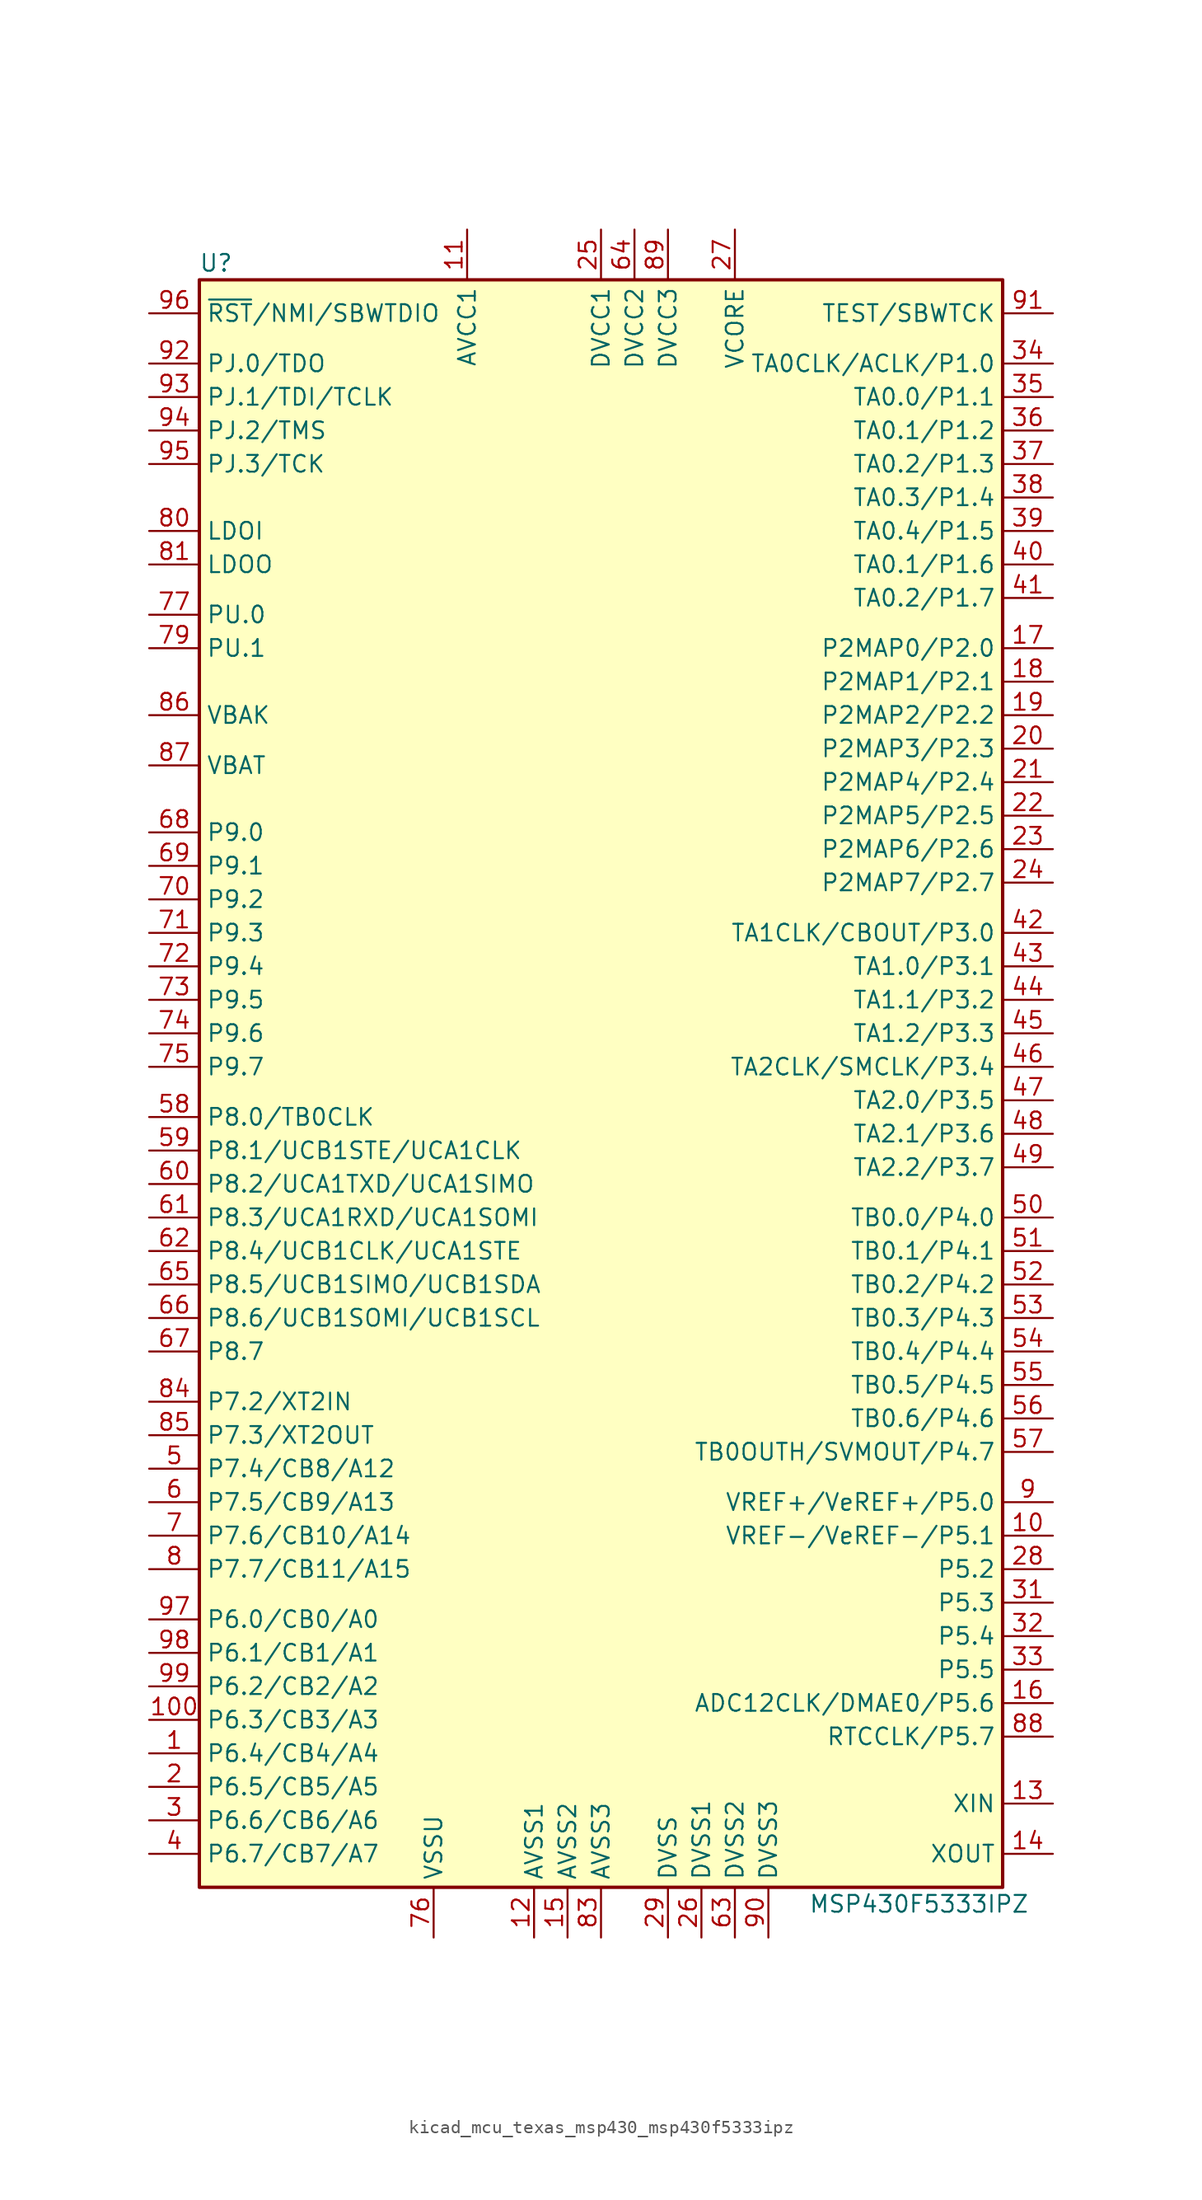
<source format=kicad_sym>
(kicad_symbol_lib
  (version 20220914)
  (generator kicad_symbol_editor)
  (symbol "kicad_mcu_texas_msp430_msp430f5333ipz"
    (property "Reference" "U"
      (at -29.21 60.96 0)
      (effects (font (size 1.27 1.27))))
    (property "Value" "MSP430F5333IPZ"
      (at 24.13 -63.5 0)
      (effects (font (size 1.27 1.27))))
    (symbol "kicad_mcu_texas_msp430_msp430f5333ipz_0_1"
      (rectangle (start -30.48 59.69) (end 30.48 -62.23) (stroke (width 0.254) (type default)) (fill (type background))))
    (symbol "kicad_mcu_texas_msp430_msp430f5333ipz_1_1"
      (pin bidirectional line (at -34.29 -52.07 0) (length 3.81) (name "P6.4/CB4/A4" (effects (font (size 1.27 1.27)))) (number "1" (effects (font (size 1.27 1.27)))))
      (pin bidirectional line (at 34.29 -35.56 180) (length 3.81) (name "VREF-/VeREF-/P5.1" (effects (font (size 1.27 1.27)))) (number "10" (effects (font (size 1.27 1.27)))))
      (pin bidirectional line (at -34.29 -49.53 0) (length 3.81) (name "P6.3/CB3/A3" (effects (font (size 1.27 1.27)))) (number "100" (effects (font (size 1.27 1.27)))))
      (pin power_in line (at -10.16 63.5 270) (length 3.81) (name "AVCC1" (effects (font (size 1.27 1.27)))) (number "11" (effects (font (size 1.27 1.27)))))
      (pin power_in line (at -5.08 -66.04 90) (length 3.81) (name "AVSS1" (effects (font (size 1.27 1.27)))) (number "12" (effects (font (size 1.27 1.27)))))
      (pin bidirectional line (at 34.29 -55.88 180) (length 3.81) (name "XIN" (effects (font (size 1.27 1.27)))) (number "13" (effects (font (size 1.27 1.27)))))
      (pin bidirectional line (at 34.29 -59.69 180) (length 3.81) (name "XOUT" (effects (font (size 1.27 1.27)))) (number "14" (effects (font (size 1.27 1.27)))))
      (pin power_in line (at -2.54 -66.04 90) (length 3.81) (name "AVSS2" (effects (font (size 1.27 1.27)))) (number "15" (effects (font (size 1.27 1.27)))))
      (pin bidirectional line (at 34.29 -48.26 180) (length 3.81) (name "ADC12CLK/DMAE0/P5.6" (effects (font (size 1.27 1.27)))) (number "16" (effects (font (size 1.27 1.27)))))
      (pin bidirectional line (at 34.29 31.75 180) (length 3.81) (name "P2MAP0/P2.0" (effects (font (size 1.27 1.27)))) (number "17" (effects (font (size 1.27 1.27)))))
      (pin bidirectional line (at 34.29 29.21 180) (length 3.81) (name "P2MAP1/P2.1" (effects (font (size 1.27 1.27)))) (number "18" (effects (font (size 1.27 1.27)))))
      (pin bidirectional line (at 34.29 26.67 180) (length 3.81) (name "P2MAP2/P2.2" (effects (font (size 1.27 1.27)))) (number "19" (effects (font (size 1.27 1.27)))))
      (pin bidirectional line (at -34.29 -54.61 0) (length 3.81) (name "P6.5/CB5/A5" (effects (font (size 1.27 1.27)))) (number "2" (effects (font (size 1.27 1.27)))))
      (pin bidirectional line (at 34.29 24.13 180) (length 3.81) (name "P2MAP3/P2.3" (effects (font (size 1.27 1.27)))) (number "20" (effects (font (size 1.27 1.27)))))
      (pin bidirectional line (at 34.29 21.59 180) (length 3.81) (name "P2MAP4/P2.4" (effects (font (size 1.27 1.27)))) (number "21" (effects (font (size 1.27 1.27)))))
      (pin bidirectional line (at 34.29 19.05 180) (length 3.81) (name "P2MAP5/P2.5" (effects (font (size 1.27 1.27)))) (number "22" (effects (font (size 1.27 1.27)))))
      (pin bidirectional line (at 34.29 16.51 180) (length 3.81) (name "P2MAP6/P2.6" (effects (font (size 1.27 1.27)))) (number "23" (effects (font (size 1.27 1.27)))))
      (pin bidirectional line (at 34.29 13.97 180) (length 3.81) (name "P2MAP7/P2.7" (effects (font (size 1.27 1.27)))) (number "24" (effects (font (size 1.27 1.27)))))
      (pin power_in line (at 0 63.5 270) (length 3.81) (name "DVCC1" (effects (font (size 1.27 1.27)))) (number "25" (effects (font (size 1.27 1.27)))))
      (pin power_in line (at 7.62 -66.04 90) (length 3.81) (name "DVSS1" (effects (font (size 1.27 1.27)))) (number "26" (effects (font (size 1.27 1.27)))))
      (pin bidirectional line (at 10.16 63.5 270) (length 3.81) (name "VCORE" (effects (font (size 1.27 1.27)))) (number "27" (effects (font (size 1.27 1.27)))))
      (pin bidirectional line (at 34.29 -38.1 180) (length 3.81) (name "P5.2" (effects (font (size 1.27 1.27)))) (number "28" (effects (font (size 1.27 1.27)))))
      (pin power_in line (at 5.08 -66.04 90) (length 3.81) (name "DVSS" (effects (font (size 1.27 1.27)))) (number "29" (effects (font (size 1.27 1.27)))))
      (pin bidirectional line (at -34.29 -57.15 0) (length 3.81) (name "P6.6/CB6/A6" (effects (font (size 1.27 1.27)))) (number "3" (effects (font (size 1.27 1.27)))))
      (pin bidirectional line (at 34.29 -40.64 180) (length 3.81) (name "P5.3" (effects (font (size 1.27 1.27)))) (number "31" (effects (font (size 1.27 1.27)))))
      (pin bidirectional line (at 34.29 -43.18 180) (length 3.81) (name "P5.4" (effects (font (size 1.27 1.27)))) (number "32" (effects (font (size 1.27 1.27)))))
      (pin bidirectional line (at 34.29 -45.72 180) (length 3.81) (name "P5.5" (effects (font (size 1.27 1.27)))) (number "33" (effects (font (size 1.27 1.27)))))
      (pin bidirectional line (at 34.29 53.34 180) (length 3.81) (name "TA0CLK/ACLK/P1.0" (effects (font (size 1.27 1.27)))) (number "34" (effects (font (size 1.27 1.27)))))
      (pin bidirectional line (at 34.29 50.8 180) (length 3.81) (name "TA0.0/P1.1" (effects (font (size 1.27 1.27)))) (number "35" (effects (font (size 1.27 1.27)))))
      (pin bidirectional line (at 34.29 48.26 180) (length 3.81) (name "TA0.1/P1.2" (effects (font (size 1.27 1.27)))) (number "36" (effects (font (size 1.27 1.27)))))
      (pin bidirectional line (at 34.29 45.72 180) (length 3.81) (name "TA0.2/P1.3" (effects (font (size 1.27 1.27)))) (number "37" (effects (font (size 1.27 1.27)))))
      (pin bidirectional line (at 34.29 43.18 180) (length 3.81) (name "TA0.3/P1.4" (effects (font (size 1.27 1.27)))) (number "38" (effects (font (size 1.27 1.27)))))
      (pin bidirectional line (at 34.29 40.64 180) (length 3.81) (name "TA0.4/P1.5" (effects (font (size 1.27 1.27)))) (number "39" (effects (font (size 1.27 1.27)))))
      (pin bidirectional line (at -34.29 -59.69 0) (length 3.81) (name "P6.7/CB7/A7" (effects (font (size 1.27 1.27)))) (number "4" (effects (font (size 1.27 1.27)))))
      (pin bidirectional line (at 34.29 38.1 180) (length 3.81) (name "TA0.1/P1.6" (effects (font (size 1.27 1.27)))) (number "40" (effects (font (size 1.27 1.27)))))
      (pin bidirectional line (at 34.29 35.56 180) (length 3.81) (name "TA0.2/P1.7" (effects (font (size 1.27 1.27)))) (number "41" (effects (font (size 1.27 1.27)))))
      (pin bidirectional line (at 34.29 10.16 180) (length 3.81) (name "TA1CLK/CBOUT/P3.0" (effects (font (size 1.27 1.27)))) (number "42" (effects (font (size 1.27 1.27)))))
      (pin bidirectional line (at 34.29 7.62 180) (length 3.81) (name "TA1.0/P3.1" (effects (font (size 1.27 1.27)))) (number "43" (effects (font (size 1.27 1.27)))))
      (pin bidirectional line (at 34.29 5.08 180) (length 3.81) (name "TA1.1/P3.2" (effects (font (size 1.27 1.27)))) (number "44" (effects (font (size 1.27 1.27)))))
      (pin bidirectional line (at 34.29 2.54 180) (length 3.81) (name "TA1.2/P3.3" (effects (font (size 1.27 1.27)))) (number "45" (effects (font (size 1.27 1.27)))))
      (pin bidirectional line (at 34.29 0 180) (length 3.81) (name "TA2CLK/SMCLK/P3.4" (effects (font (size 1.27 1.27)))) (number "46" (effects (font (size 1.27 1.27)))))
      (pin bidirectional line (at 34.29 -2.54 180) (length 3.81) (name "TA2.0/P3.5" (effects (font (size 1.27 1.27)))) (number "47" (effects (font (size 1.27 1.27)))))
      (pin bidirectional line (at 34.29 -5.08 180) (length 3.81) (name "TA2.1/P3.6" (effects (font (size 1.27 1.27)))) (number "48" (effects (font (size 1.27 1.27)))))
      (pin bidirectional line (at 34.29 -7.62 180) (length 3.81) (name "TA2.2/P3.7" (effects (font (size 1.27 1.27)))) (number "49" (effects (font (size 1.27 1.27)))))
      (pin bidirectional line (at -34.29 -30.48 0) (length 3.81) (name "P7.4/CB8/A12" (effects (font (size 1.27 1.27)))) (number "5" (effects (font (size 1.27 1.27)))))
      (pin bidirectional line (at 34.29 -11.43 180) (length 3.81) (name "TB0.0/P4.0" (effects (font (size 1.27 1.27)))) (number "50" (effects (font (size 1.27 1.27)))))
      (pin bidirectional line (at 34.29 -13.97 180) (length 3.81) (name "TB0.1/P4.1" (effects (font (size 1.27 1.27)))) (number "51" (effects (font (size 1.27 1.27)))))
      (pin bidirectional line (at 34.29 -16.51 180) (length 3.81) (name "TB0.2/P4.2" (effects (font (size 1.27 1.27)))) (number "52" (effects (font (size 1.27 1.27)))))
      (pin bidirectional line (at 34.29 -19.05 180) (length 3.81) (name "TB0.3/P4.3" (effects (font (size 1.27 1.27)))) (number "53" (effects (font (size 1.27 1.27)))))
      (pin bidirectional line (at 34.29 -21.59 180) (length 3.81) (name "TB0.4/P4.4" (effects (font (size 1.27 1.27)))) (number "54" (effects (font (size 1.27 1.27)))))
      (pin bidirectional line (at 34.29 -24.13 180) (length 3.81) (name "TB0.5/P4.5" (effects (font (size 1.27 1.27)))) (number "55" (effects (font (size 1.27 1.27)))))
      (pin bidirectional line (at 34.29 -26.67 180) (length 3.81) (name "TB0.6/P4.6" (effects (font (size 1.27 1.27)))) (number "56" (effects (font (size 1.27 1.27)))))
      (pin bidirectional line (at 34.29 -29.21 180) (length 3.81) (name "TB0OUTH/SVMOUT/P4.7" (effects (font (size 1.27 1.27)))) (number "57" (effects (font (size 1.27 1.27)))))
      (pin bidirectional line (at -34.29 -3.81 0) (length 3.81) (name "P8.0/TB0CLK" (effects (font (size 1.27 1.27)))) (number "58" (effects (font (size 1.27 1.27)))))
      (pin bidirectional line (at -34.29 -6.35 0) (length 3.81) (name "P8.1/UCB1STE/UCA1CLK" (effects (font (size 1.27 1.27)))) (number "59" (effects (font (size 1.27 1.27)))))
      (pin bidirectional line (at -34.29 -33.02 0) (length 3.81) (name "P7.5/CB9/A13" (effects (font (size 1.27 1.27)))) (number "6" (effects (font (size 1.27 1.27)))))
      (pin bidirectional line (at -34.29 -8.89 0) (length 3.81) (name "P8.2/UCA1TXD/UCA1SIMO" (effects (font (size 1.27 1.27)))) (number "60" (effects (font (size 1.27 1.27)))))
      (pin bidirectional line (at -34.29 -11.43 0) (length 3.81) (name "P8.3/UCA1RXD/UCA1SOMI" (effects (font (size 1.27 1.27)))) (number "61" (effects (font (size 1.27 1.27)))))
      (pin bidirectional line (at -34.29 -13.97 0) (length 3.81) (name "P8.4/UCB1CLK/UCA1STE" (effects (font (size 1.27 1.27)))) (number "62" (effects (font (size 1.27 1.27)))))
      (pin power_in line (at 10.16 -66.04 90) (length 3.81) (name "DVSS2" (effects (font (size 1.27 1.27)))) (number "63" (effects (font (size 1.27 1.27)))))
      (pin power_in line (at 2.54 63.5 270) (length 3.81) (name "DVCC2" (effects (font (size 1.27 1.27)))) (number "64" (effects (font (size 1.27 1.27)))))
      (pin bidirectional line (at -34.29 -16.51 0) (length 3.81) (name "P8.5/UCB1SIMO/UCB1SDA" (effects (font (size 1.27 1.27)))) (number "65" (effects (font (size 1.27 1.27)))))
      (pin bidirectional line (at -34.29 -19.05 0) (length 3.81) (name "P8.6/UCB1SOMI/UCB1SCL" (effects (font (size 1.27 1.27)))) (number "66" (effects (font (size 1.27 1.27)))))
      (pin bidirectional line (at -34.29 -21.59 0) (length 3.81) (name "P8.7" (effects (font (size 1.27 1.27)))) (number "67" (effects (font (size 1.27 1.27)))))
      (pin bidirectional line (at -34.29 17.78 0) (length 3.81) (name "P9.0" (effects (font (size 1.27 1.27)))) (number "68" (effects (font (size 1.27 1.27)))))
      (pin bidirectional line (at -34.29 15.24 0) (length 3.81) (name "P9.1" (effects (font (size 1.27 1.27)))) (number "69" (effects (font (size 1.27 1.27)))))
      (pin bidirectional line (at -34.29 -35.56 0) (length 3.81) (name "P7.6/CB10/A14" (effects (font (size 1.27 1.27)))) (number "7" (effects (font (size 1.27 1.27)))))
      (pin bidirectional line (at -34.29 12.7 0) (length 3.81) (name "P9.2" (effects (font (size 1.27 1.27)))) (number "70" (effects (font (size 1.27 1.27)))))
      (pin bidirectional line (at -34.29 10.16 0) (length 3.81) (name "P9.3" (effects (font (size 1.27 1.27)))) (number "71" (effects (font (size 1.27 1.27)))))
      (pin bidirectional line (at -34.29 7.62 0) (length 3.81) (name "P9.4" (effects (font (size 1.27 1.27)))) (number "72" (effects (font (size 1.27 1.27)))))
      (pin bidirectional line (at -34.29 5.08 0) (length 3.81) (name "P9.5" (effects (font (size 1.27 1.27)))) (number "73" (effects (font (size 1.27 1.27)))))
      (pin bidirectional line (at -34.29 2.54 0) (length 3.81) (name "P9.6" (effects (font (size 1.27 1.27)))) (number "74" (effects (font (size 1.27 1.27)))))
      (pin bidirectional line (at -34.29 0 0) (length 3.81) (name "P9.7" (effects (font (size 1.27 1.27)))) (number "75" (effects (font (size 1.27 1.27)))))
      (pin power_in line (at -12.7 -66.04 90) (length 3.81) (name "VSSU" (effects (font (size 1.27 1.27)))) (number "76" (effects (font (size 1.27 1.27)))))
      (pin bidirectional line (at -34.29 34.29 0) (length 3.81) (name "PU.0" (effects (font (size 1.27 1.27)))) (number "77" (effects (font (size 1.27 1.27)))))
      (pin bidirectional line (at -34.29 31.75 0) (length 3.81) (name "PU.1" (effects (font (size 1.27 1.27)))) (number "79" (effects (font (size 1.27 1.27)))))
      (pin bidirectional line (at -34.29 -38.1 0) (length 3.81) (name "P7.7/CB11/A15" (effects (font (size 1.27 1.27)))) (number "8" (effects (font (size 1.27 1.27)))))
      (pin bidirectional line (at -34.29 40.64 0) (length 3.81) (name "LDOI" (effects (font (size 1.27 1.27)))) (number "80" (effects (font (size 1.27 1.27)))))
      (pin bidirectional line (at -34.29 38.1 0) (length 3.81) (name "LDOO" (effects (font (size 1.27 1.27)))) (number "81" (effects (font (size 1.27 1.27)))))
      (pin power_in line (at 0 -66.04 90) (length 3.81) (name "AVSS3" (effects (font (size 1.27 1.27)))) (number "83" (effects (font (size 1.27 1.27)))))
      (pin bidirectional line (at -34.29 -25.4 0) (length 3.81) (name "P7.2/XT2IN" (effects (font (size 1.27 1.27)))) (number "84" (effects (font (size 1.27 1.27)))))
      (pin bidirectional line (at -34.29 -27.94 0) (length 3.81) (name "P7.3/XT2OUT" (effects (font (size 1.27 1.27)))) (number "85" (effects (font (size 1.27 1.27)))))
      (pin bidirectional line (at -34.29 26.67 0) (length 3.81) (name "VBAK" (effects (font (size 1.27 1.27)))) (number "86" (effects (font (size 1.27 1.27)))))
      (pin bidirectional line (at -34.29 22.86 0) (length 3.81) (name "VBAT" (effects (font (size 1.27 1.27)))) (number "87" (effects (font (size 1.27 1.27)))))
      (pin bidirectional line (at 34.29 -50.8 180) (length 3.81) (name "RTCCLK/P5.7" (effects (font (size 1.27 1.27)))) (number "88" (effects (font (size 1.27 1.27)))))
      (pin power_in line (at 5.08 63.5 270) (length 3.81) (name "DVCC3" (effects (font (size 1.27 1.27)))) (number "89" (effects (font (size 1.27 1.27)))))
      (pin bidirectional line (at 34.29 -33.02 180) (length 3.81) (name "VREF+/VeREF+/P5.0" (effects (font (size 1.27 1.27)))) (number "9" (effects (font (size 1.27 1.27)))))
      (pin power_in line (at 12.7 -66.04 90) (length 3.81) (name "DVSS3" (effects (font (size 1.27 1.27)))) (number "90" (effects (font (size 1.27 1.27)))))
      (pin input line (at 34.29 57.15 180) (length 3.81) (name "TEST/SBWTCK" (effects (font (size 1.27 1.27)))) (number "91" (effects (font (size 1.27 1.27)))))
      (pin bidirectional line (at -34.29 53.34 0) (length 3.81) (name "PJ.0/TDO" (effects (font (size 1.27 1.27)))) (number "92" (effects (font (size 1.27 1.27)))))
      (pin bidirectional line (at -34.29 50.8 0) (length 3.81) (name "PJ.1/TDI/TCLK" (effects (font (size 1.27 1.27)))) (number "93" (effects (font (size 1.27 1.27)))))
      (pin bidirectional line (at -34.29 48.26 0) (length 3.81) (name "PJ.2/TMS" (effects (font (size 1.27 1.27)))) (number "94" (effects (font (size 1.27 1.27)))))
      (pin bidirectional line (at -34.29 45.72 0) (length 3.81) (name "PJ.3/TCK" (effects (font (size 1.27 1.27)))) (number "95" (effects (font (size 1.27 1.27)))))
      (pin input line (at -34.29 57.15 0) (length 3.81) (name "~{RST}/NMI/SBWTDIO" (effects (font (size 1.27 1.27)))) (number "96" (effects (font (size 1.27 1.27)))))
      (pin bidirectional line (at -34.29 -41.91 0) (length 3.81) (name "P6.0/CB0/A0" (effects (font (size 1.27 1.27)))) (number "97" (effects (font (size 1.27 1.27)))))
      (pin bidirectional line (at -34.29 -44.45 0) (length 3.81) (name "P6.1/CB1/A1" (effects (font (size 1.27 1.27)))) (number "98" (effects (font (size 1.27 1.27)))))
      (pin bidirectional line (at -34.29 -46.99 0) (length 3.81) (name "P6.2/CB2/A2" (effects (font (size 1.27 1.27)))) (number "99" (effects (font (size 1.27 1.27))))))))
</source>
